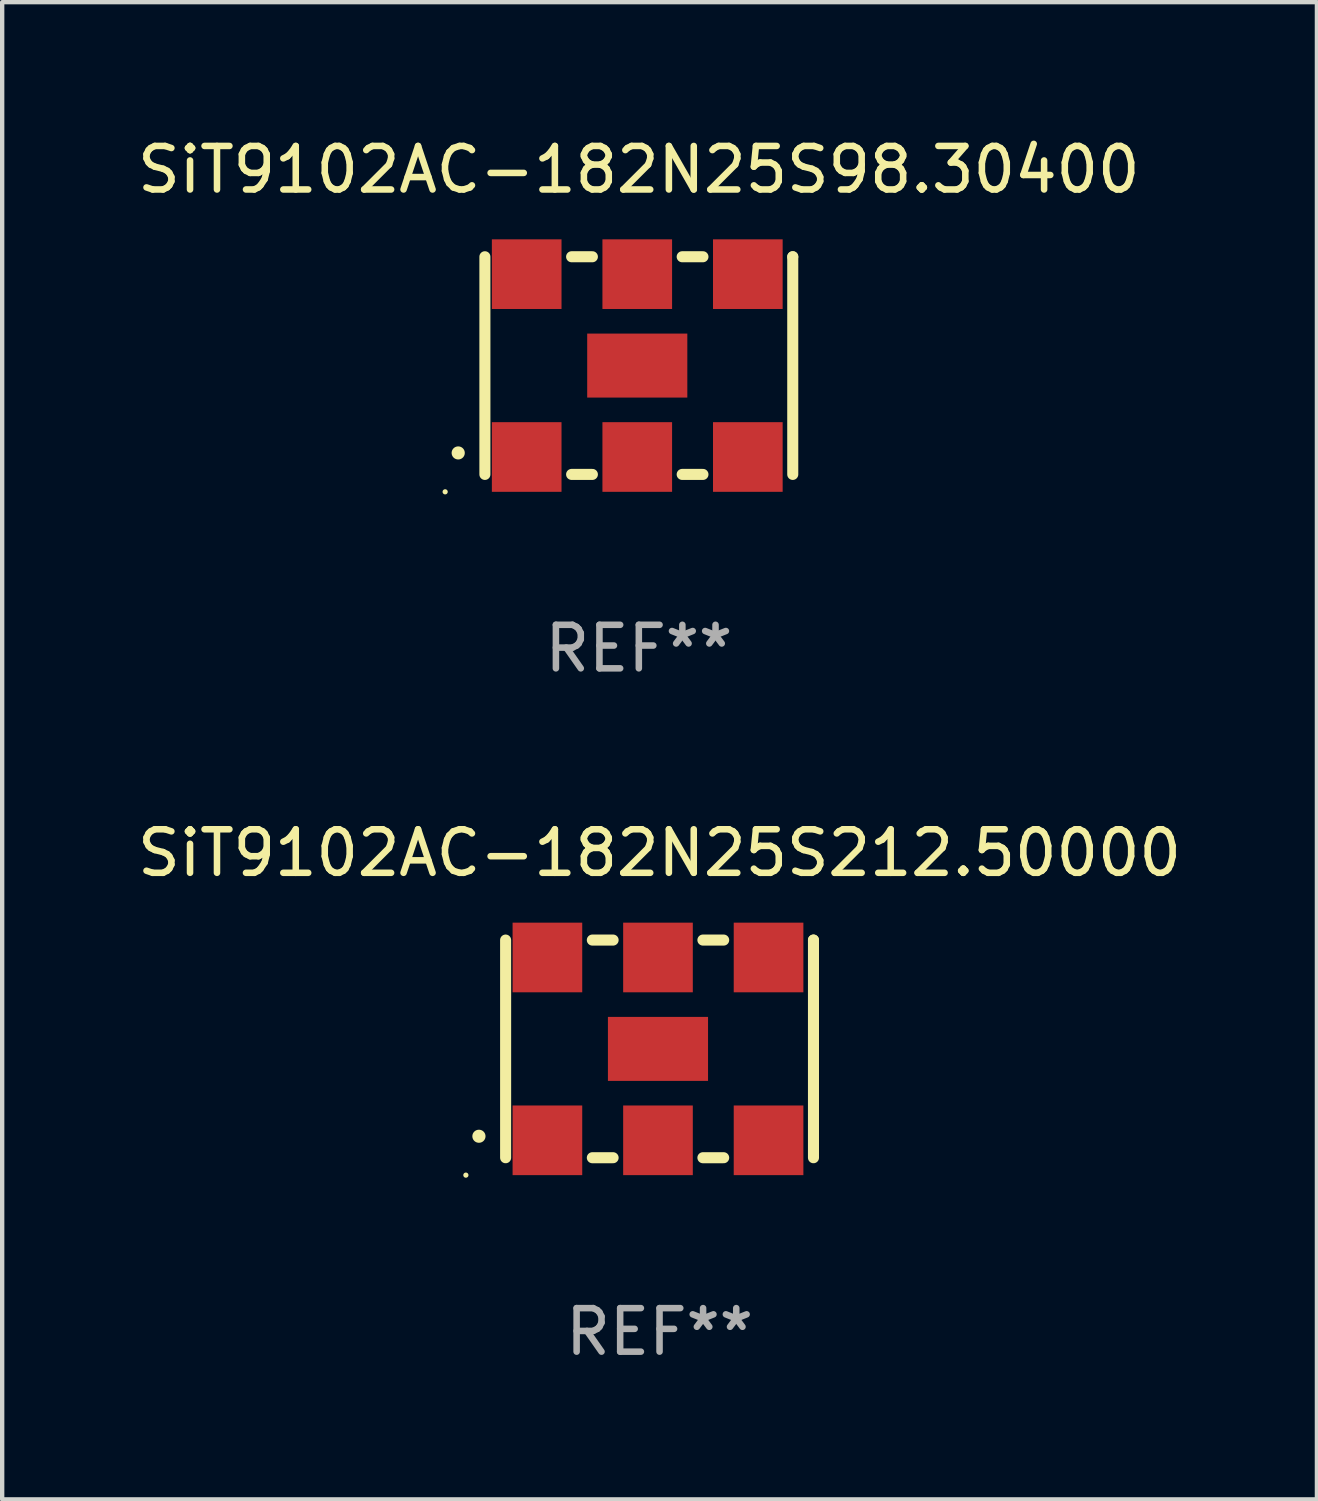
<source format=kicad_pcb>
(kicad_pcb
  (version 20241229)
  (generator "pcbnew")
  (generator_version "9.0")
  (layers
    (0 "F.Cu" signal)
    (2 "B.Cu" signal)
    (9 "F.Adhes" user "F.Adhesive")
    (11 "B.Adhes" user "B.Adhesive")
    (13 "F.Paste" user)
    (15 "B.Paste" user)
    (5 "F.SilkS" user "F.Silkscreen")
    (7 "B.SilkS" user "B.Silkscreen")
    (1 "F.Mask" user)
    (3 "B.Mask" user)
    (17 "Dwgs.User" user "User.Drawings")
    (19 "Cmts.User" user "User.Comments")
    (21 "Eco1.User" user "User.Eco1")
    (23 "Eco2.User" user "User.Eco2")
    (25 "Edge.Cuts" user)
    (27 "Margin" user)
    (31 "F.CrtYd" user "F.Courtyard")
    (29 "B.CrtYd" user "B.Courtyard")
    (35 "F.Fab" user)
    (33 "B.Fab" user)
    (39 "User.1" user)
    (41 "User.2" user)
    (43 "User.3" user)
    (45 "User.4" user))
  (footprint "SiT9102AC-182N25S212.50000"
    (layer "F.Cu")
    (at 12.101 21.045)
    (property "Reference" "SiT9102AC-182N25S212.50000" (at 0 -4.5 0) (layer "F.SilkS") (effects (font (size 1 1) (thickness 0.15))))
    (attr through_hole)
    (fp_line (start -3.536 -2.5) (end -3.536 2.5) (stroke (width 0.254) (type solid)) (layer "F.SilkS"))
    (fp_line (start -1.544 2.5) (end -1.067 2.5) (stroke (width 0.254) (type solid)) (layer "F.SilkS"))
    (fp_line (start -1.067 -2.5) (end -1.544 -2.5) (stroke (width 0.254) (type solid)) (layer "F.SilkS"))
    (fp_line (start 0.996 2.5) (end 1.473 2.5) (stroke (width 0.254) (type solid)) (layer "F.SilkS"))
    (fp_line (start 1.473 -2.5) (end 0.996 -2.5) (stroke (width 0.254) (type solid)) (layer "F.SilkS"))
    (fp_line (start 3.536 -2.5) (end 3.536 -2.5) (stroke (width 0.254) (type solid)) (layer "F.SilkS"))
    (fp_line (start 3.536 2.5) (end 3.536 -2.5) (stroke (width 0.254) (type solid)) (layer "F.SilkS"))
    (fp_arc (start -4.150432 2.006604) (mid -4.149162 2.006599) (end -4.147892 2.006604) (stroke (width 0.3) (type solid)) (layer "F.SilkS"))
    (fp_circle (center -4.449 2.9) (end -4.419 2.9) (stroke (width 0.06) (type solid)) (fill no) (layer "F.SilkS"))
    (fp_text user "REF**" (at 0 6.5 0) (layer "F.Fab") (effects (font (size 1 1) (thickness 0.15))))
    (pad "1" smd rect (at -2.576 2.1) (size 1.6 1.6) (layers "F.Cu" "F.Mask" "F.Paste"))
    (pad "2" smd rect (at -0.036 2.1) (size 1.6 1.6) (layers "F.Cu" "F.Mask" "F.Paste"))
    (pad "3" smd rect (at 2.504 2.1) (size 1.6 1.6) (layers "F.Cu" "F.Mask" "F.Paste"))
    (pad "4" smd rect (at 2.504 -2.1) (size 1.6 1.6) (layers "F.Cu" "F.Mask" "F.Paste"))
    (pad "5" smd rect (at -0.036 -2.1) (size 1.6 1.6) (layers "F.Cu" "F.Mask" "F.Paste"))
    (pad "6" smd rect (at -2.576 -2.1) (size 1.6 1.6) (layers "F.Cu" "F.Mask" "F.Paste"))
    (pad "7" smd rect (at -0.036 0) (size 2.3 1.47) (layers "F.Cu" "F.Mask" "F.Paste")))
  (footprint "SiT9102AC-182N25S98.30400"
    (layer "F.Cu")
    (at 11.625 5.348)
    (property "Reference" "SiT9102AC-182N25S98.30400" (at 0 -4.5 0) (layer "F.SilkS") (effects (font (size 1 1) (thickness 0.15))))
    (attr through_hole)
    (fp_line (start -3.536 -2.5) (end -3.536 2.5) (stroke (width 0.254) (type solid)) (layer "F.SilkS"))
    (fp_line (start -1.544 2.5) (end -1.067 2.5) (stroke (width 0.254) (type solid)) (layer "F.SilkS"))
    (fp_line (start -1.067 -2.5) (end -1.544 -2.5) (stroke (width 0.254) (type solid)) (layer "F.SilkS"))
    (fp_line (start 0.996 2.5) (end 1.473 2.5) (stroke (width 0.254) (type solid)) (layer "F.SilkS"))
    (fp_line (start 1.473 -2.5) (end 0.996 -2.5) (stroke (width 0.254) (type solid)) (layer "F.SilkS"))
    (fp_line (start 3.536 -2.5) (end 3.536 -2.5) (stroke (width 0.254) (type solid)) (layer "F.SilkS"))
    (fp_line (start 3.536 2.5) (end 3.536 -2.5) (stroke (width 0.254) (type solid)) (layer "F.SilkS"))
    (fp_arc (start -4.150432 2.006604) (mid -4.149162 2.006599) (end -4.147892 2.006604) (stroke (width 0.3) (type solid)) (layer "F.SilkS"))
    (fp_circle (center -4.449 2.9) (end -4.419 2.9) (stroke (width 0.06) (type solid)) (fill no) (layer "F.SilkS"))
    (fp_text user "REF**" (at 0 6.5 0) (layer "F.Fab") (effects (font (size 1 1) (thickness 0.15))))
    (pad "1" smd rect (at -2.576 2.1) (size 1.6 1.6) (layers "F.Cu" "F.Mask" "F.Paste"))
    (pad "2" smd rect (at -0.036 2.1) (size 1.6 1.6) (layers "F.Cu" "F.Mask" "F.Paste"))
    (pad "3" smd rect (at 2.504 2.1) (size 1.6 1.6) (layers "F.Cu" "F.Mask" "F.Paste"))
    (pad "4" smd rect (at 2.504 -2.1) (size 1.6 1.6) (layers "F.Cu" "F.Mask" "F.Paste"))
    (pad "5" smd rect (at -0.036 -2.1) (size 1.6 1.6) (layers "F.Cu" "F.Mask" "F.Paste"))
    (pad "6" smd rect (at -2.576 -2.1) (size 1.6 1.6) (layers "F.Cu" "F.Mask" "F.Paste"))
    (pad "7" smd rect (at -0.036 0) (size 2.3 1.47) (layers "F.Cu" "F.Mask" "F.Paste")))
  (gr_rect
    (start -3 -3)
    (end 27.202 31.393)
    (stroke (width 0.1) (type default))
    (fill no)
    (layer "Edge.Cuts")))
</source>
